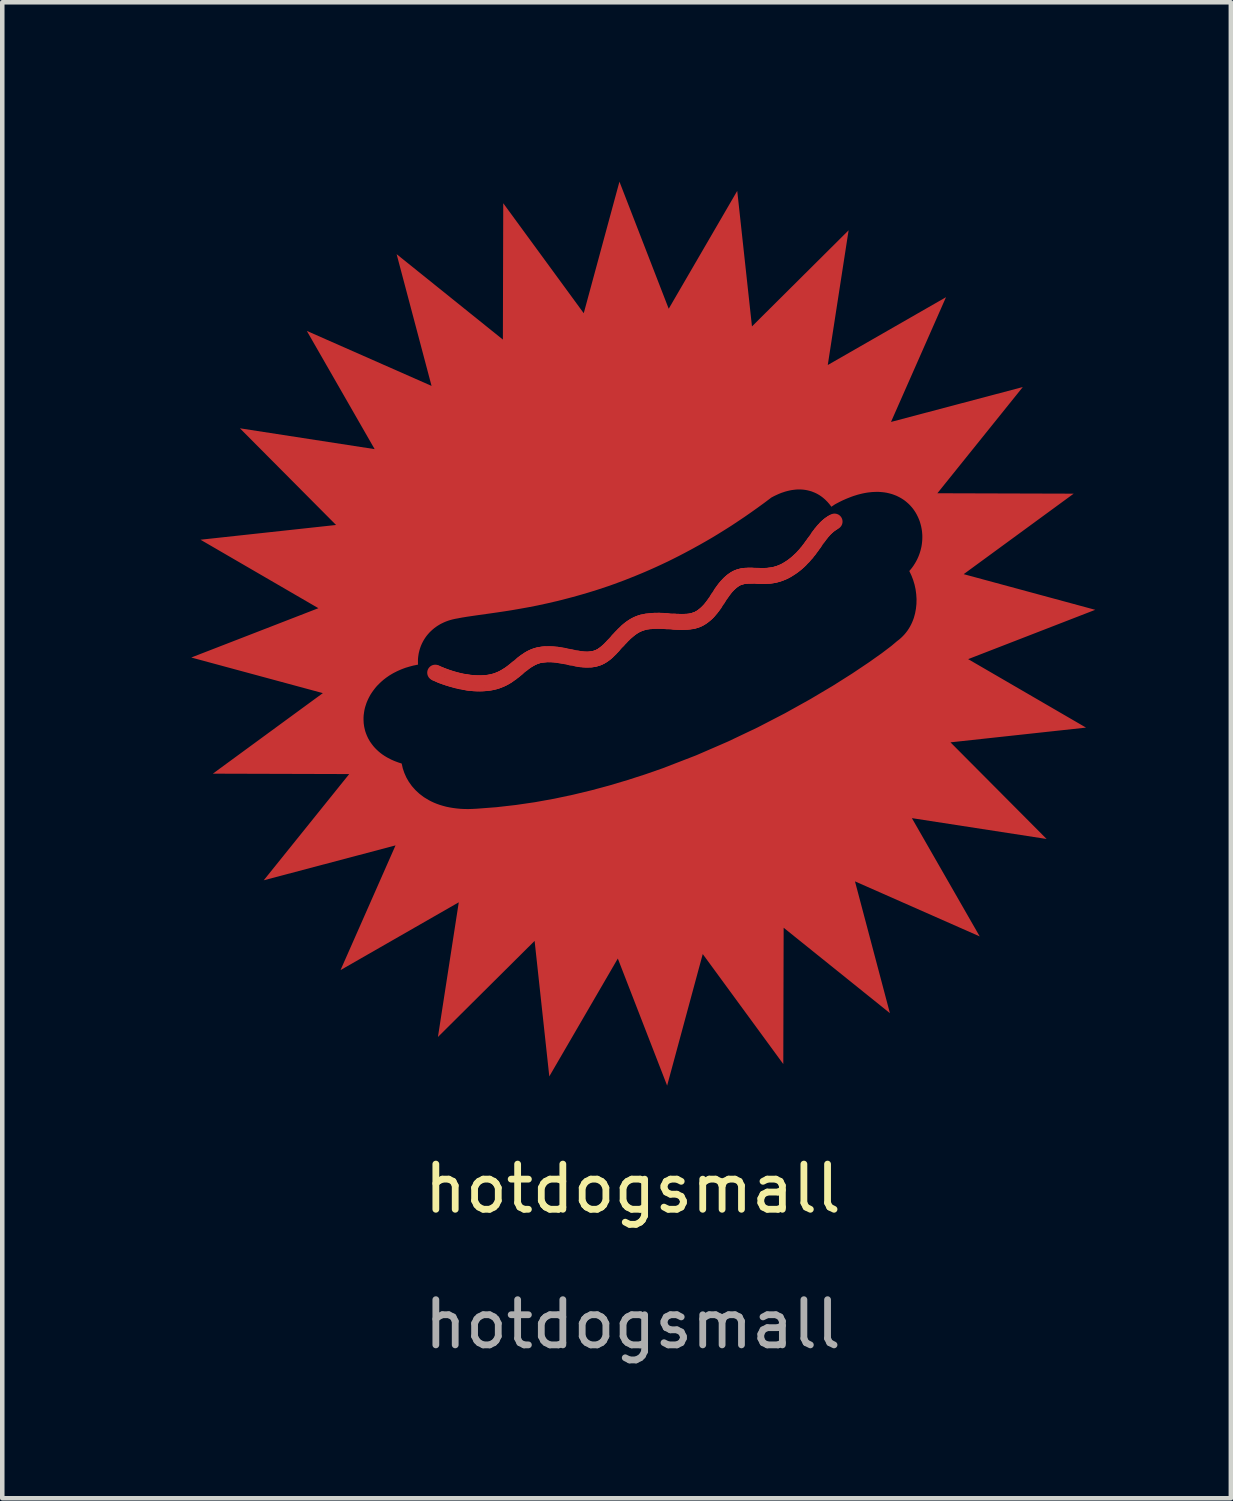
<source format=kicad_pcb>
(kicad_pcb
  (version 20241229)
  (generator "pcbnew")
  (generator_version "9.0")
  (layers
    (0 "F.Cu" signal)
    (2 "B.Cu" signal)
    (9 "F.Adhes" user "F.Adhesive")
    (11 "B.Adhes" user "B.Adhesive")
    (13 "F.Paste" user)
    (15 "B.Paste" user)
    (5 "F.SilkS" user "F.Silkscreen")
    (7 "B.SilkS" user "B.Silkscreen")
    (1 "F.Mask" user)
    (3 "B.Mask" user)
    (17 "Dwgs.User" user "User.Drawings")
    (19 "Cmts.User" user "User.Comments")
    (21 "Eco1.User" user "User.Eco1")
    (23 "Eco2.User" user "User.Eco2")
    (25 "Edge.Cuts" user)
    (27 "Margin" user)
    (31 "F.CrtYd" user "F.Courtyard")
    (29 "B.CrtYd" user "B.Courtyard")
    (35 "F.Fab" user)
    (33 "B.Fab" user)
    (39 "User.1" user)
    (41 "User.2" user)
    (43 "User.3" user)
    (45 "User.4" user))
  (footprint "hotdogsmall"
    (layer "F.Cu")
    (at 0.25 0.25)
    (property "Reference" "hotdogsmall" (at 10.7 23 0) (unlocked yes) (layer "F.SilkS") (effects (font (size 1 1) (thickness 0.15))))
    (attr smd)
    (fp_line (start 6.329 11.583) (end 6.356 11.596) (stroke (width 0.354) (type solid)) (layer "F.Cu"))
    (fp_line (start 6.356 11.596) (end 6.432 11.629) (stroke (width 0.354) (type solid)) (layer "F.Cu"))
    (fp_line (start 6.432 11.629) (end 6.486 11.651) (stroke (width 0.354) (type solid)) (layer "F.Cu"))
    (fp_line (start 6.486 11.651) (end 6.55 11.674) (stroke (width 0.354) (type solid)) (layer "F.Cu"))
    (fp_line (start 6.55 11.674) (end 6.623 11.699) (stroke (width 0.354) (type solid)) (layer "F.Cu"))
    (fp_line (start 6.623 11.699) (end 6.703 11.724) (stroke (width 0.354) (type solid)) (layer "F.Cu"))
    (fp_line (start 6.703 11.724) (end 6.79 11.748) (stroke (width 0.354) (type solid)) (layer "F.Cu"))
    (fp_line (start 6.79 11.748) (end 6.882 11.77) (stroke (width 0.354) (type solid)) (layer "F.Cu"))
    (fp_line (start 6.882 11.77) (end 6.98 11.789) (stroke (width 0.354) (type solid)) (layer "F.Cu"))
    (fp_line (start 6.98 11.789) (end 7.03 11.797) (stroke (width 0.354) (type solid)) (layer "F.Cu"))
    (fp_line (start 7.03 11.797) (end 7.081 11.805) (stroke (width 0.354) (type solid)) (layer "F.Cu"))
    (fp_line (start 7.081 11.805) (end 7.133 11.81) (stroke (width 0.354) (type solid)) (layer "F.Cu"))
    (fp_line (start 7.133 11.81) (end 7.185 11.815) (stroke (width 0.354) (type solid)) (layer "F.Cu"))
    (fp_line (start 7.185 11.815) (end 7.238 11.818) (stroke (width 0.354) (type solid)) (layer "F.Cu"))
    (fp_line (start 7.238 11.818) (end 7.292 11.819) (stroke (width 0.354) (type solid)) (layer "F.Cu"))
    (fp_line (start 7.292 11.819) (end 7.345 11.819) (stroke (width 0.354) (type solid)) (layer "F.Cu"))
    (fp_line (start 7.345 11.819) (end 7.399 11.816) (stroke (width 0.354) (type solid)) (layer "F.Cu"))
    (fp_line (start 7.399 11.816) (end 7.453 11.812) (stroke (width 0.354) (type solid)) (layer "F.Cu"))
    (fp_line (start 7.453 11.812) (end 7.507 11.806) (stroke (width 0.354) (type solid)) (layer "F.Cu"))
    (fp_line (start 7.507 11.806) (end 7.559 11.797) (stroke (width 0.354) (type solid)) (layer "F.Cu"))
    (fp_line (start 7.559 11.797) (end 7.609 11.786) (stroke (width 0.354) (type solid)) (layer "F.Cu"))
    (fp_line (start 7.609 11.786) (end 7.657 11.774) (stroke (width 0.354) (type solid)) (layer "F.Cu"))
    (fp_line (start 7.657 11.774) (end 7.703 11.759) (stroke (width 0.354) (type solid)) (layer "F.Cu"))
    (fp_line (start 7.703 11.759) (end 7.747 11.742) (stroke (width 0.354) (type solid)) (layer "F.Cu"))
    (fp_line (start 7.747 11.742) (end 7.789 11.724) (stroke (width 0.354) (type solid)) (layer "F.Cu"))
    (fp_line (start 7.789 11.724) (end 7.829 11.705) (stroke (width 0.354) (type solid)) (layer "F.Cu"))
    (fp_line (start 7.829 11.705) (end 7.868 11.684) (stroke (width 0.354) (type solid)) (layer "F.Cu"))
    (fp_line (start 7.868 11.684) (end 7.905 11.662) (stroke (width 0.354) (type solid)) (layer "F.Cu"))
    (fp_line (start 7.905 11.662) (end 7.941 11.639) (stroke (width 0.354) (type solid)) (layer "F.Cu"))
    (fp_line (start 7.941 11.639) (end 8.01 11.591) (stroke (width 0.354) (type solid)) (layer "F.Cu"))
    (fp_line (start 8.01 11.591) (end 8.075 11.541) (stroke (width 0.354) (type solid)) (layer "F.Cu"))
    (fp_line (start 8.075 11.541) (end 8.138 11.489) (stroke (width 0.354) (type solid)) (layer "F.Cu"))
    (fp_line (start 8.138 11.489) (end 8.26 11.388) (stroke (width 0.354) (type solid)) (layer "F.Cu"))
    (fp_line (start 8.26 11.388) (end 8.322 11.341) (stroke (width 0.354) (type solid)) (layer "F.Cu"))
    (fp_line (start 8.322 11.341) (end 8.387 11.298) (stroke (width 0.354) (type solid)) (layer "F.Cu"))
    (fp_line (start 8.387 11.298) (end 8.42 11.278) (stroke (width 0.354) (type solid)) (layer "F.Cu"))
    (fp_line (start 8.42 11.278) (end 8.454 11.259) (stroke (width 0.354) (type solid)) (layer "F.Cu"))
    (fp_line (start 8.454 11.259) (end 8.489 11.242) (stroke (width 0.354) (type solid)) (layer "F.Cu"))
    (fp_line (start 8.489 11.242) (end 8.525 11.227) (stroke (width 0.354) (type solid)) (layer "F.Cu"))
    (fp_line (start 8.525 11.227) (end 8.563 11.213) (stroke (width 0.354) (type solid)) (layer "F.Cu"))
    (fp_line (start 8.563 11.213) (end 8.602 11.201) (stroke (width 0.354) (type solid)) (layer "F.Cu"))
    (fp_line (start 8.602 11.201) (end 8.642 11.192) (stroke (width 0.354) (type solid)) (layer "F.Cu"))
    (fp_line (start 8.642 11.192) (end 8.685 11.185) (stroke (width 0.354) (type solid)) (layer "F.Cu"))
    (fp_line (start 8.685 11.185) (end 8.728 11.18) (stroke (width 0.354) (type solid)) (layer "F.Cu"))
    (fp_line (start 8.728 11.18) (end 8.77 11.177) (stroke (width 0.354) (type solid)) (layer "F.Cu"))
    (fp_line (start 8.77 11.177) (end 8.854 11.175) (stroke (width 0.354) (type solid)) (layer "F.Cu"))
    (fp_line (start 8.854 11.175) (end 8.937 11.178) (stroke (width 0.354) (type solid)) (layer "F.Cu"))
    (fp_line (start 8.937 11.178) (end 9.017 11.186) (stroke (width 0.354) (type solid)) (layer "F.Cu"))
    (fp_line (start 9.017 11.186) (end 9.096 11.198) (stroke (width 0.354) (type solid)) (layer "F.Cu"))
    (fp_line (start 9.096 11.198) (end 9.174 11.211) (stroke (width 0.354) (type solid)) (layer "F.Cu"))
    (fp_line (start 9.174 11.211) (end 9.326 11.243) (stroke (width 0.354) (type solid)) (layer "F.Cu"))
    (fp_line (start 9.326 11.243) (end 9.473 11.271) (stroke (width 0.354) (type solid)) (layer "F.Cu"))
    (fp_line (start 9.473 11.271) (end 9.545 11.283) (stroke (width 0.354) (type solid)) (layer "F.Cu"))
    (fp_line (start 9.545 11.283) (end 9.616 11.29) (stroke (width 0.354) (type solid)) (layer "F.Cu"))
    (fp_line (start 9.616 11.29) (end 9.687 11.293) (stroke (width 0.354) (type solid)) (layer "F.Cu"))
    (fp_line (start 9.687 11.293) (end 9.757 11.29) (stroke (width 0.354) (type solid)) (layer "F.Cu"))
    (fp_line (start 9.757 11.29) (end 9.791 11.287) (stroke (width 0.354) (type solid)) (layer "F.Cu"))
    (fp_line (start 9.791 11.287) (end 9.826 11.281) (stroke (width 0.354) (type solid)) (layer "F.Cu"))
    (fp_line (start 9.826 11.281) (end 9.86 11.274) (stroke (width 0.354) (type solid)) (layer "F.Cu"))
    (fp_line (start 9.86 11.274) (end 9.895 11.264) (stroke (width 0.354) (type solid)) (layer "F.Cu"))
    (fp_line (start 9.895 11.264) (end 9.929 11.253) (stroke (width 0.354) (type solid)) (layer "F.Cu"))
    (fp_line (start 9.929 11.253) (end 9.962 11.238) (stroke (width 0.354) (type solid)) (layer "F.Cu"))
    (fp_line (start 9.962 11.238) (end 9.994 11.222) (stroke (width 0.354) (type solid)) (layer "F.Cu"))
    (fp_line (start 9.994 11.222) (end 10.025 11.203) (stroke (width 0.354) (type solid)) (layer "F.Cu"))
    (fp_line (start 10.025 11.203) (end 10.056 11.182) (stroke (width 0.354) (type solid)) (layer "F.Cu"))
    (fp_line (start 10.056 11.182) (end 10.087 11.159) (stroke (width 0.354) (type solid)) (layer "F.Cu"))
    (fp_line (start 10.087 11.159) (end 10.117 11.135) (stroke (width 0.354) (type solid)) (layer "F.Cu"))
    (fp_line (start 10.117 11.135) (end 10.146 11.109) (stroke (width 0.354) (type solid)) (layer "F.Cu"))
    (fp_line (start 10.146 11.109) (end 10.204 11.053) (stroke (width 0.354) (type solid)) (layer "F.Cu"))
    (fp_line (start 10.204 11.053) (end 10.261 10.993) (stroke (width 0.354) (type solid)) (layer "F.Cu"))
    (fp_line (start 10.261 10.993) (end 10.376 10.866) (stroke (width 0.354) (type solid)) (layer "F.Cu"))
    (fp_line (start 10.376 10.866) (end 10.435 10.803) (stroke (width 0.354) (type solid)) (layer "F.Cu"))
    (fp_line (start 10.435 10.803) (end 10.496 10.74) (stroke (width 0.354) (type solid)) (layer "F.Cu"))
    (fp_line (start 10.496 10.74) (end 10.559 10.68) (stroke (width 0.354) (type solid)) (layer "F.Cu"))
    (fp_line (start 10.559 10.68) (end 10.591 10.652) (stroke (width 0.354) (type solid)) (layer "F.Cu"))
    (fp_line (start 10.591 10.652) (end 10.625 10.624) (stroke (width 0.354) (type solid)) (layer "F.Cu"))
    (fp_line (start 10.625 10.624) (end 10.659 10.598) (stroke (width 0.354) (type solid)) (layer "F.Cu"))
    (fp_line (start 10.659 10.598) (end 10.694 10.574) (stroke (width 0.354) (type solid)) (layer "F.Cu"))
    (fp_line (start 10.694 10.574) (end 10.73 10.551) (stroke (width 0.354) (type solid)) (layer "F.Cu"))
    (fp_line (start 10.73 10.551) (end 10.768 10.53) (stroke (width 0.354) (type solid)) (layer "F.Cu"))
    (fp_line (start 10.768 10.53) (end 10.806 10.511) (stroke (width 0.354) (type solid)) (layer "F.Cu"))
    (fp_line (start 10.806 10.511) (end 10.846 10.495) (stroke (width 0.354) (type solid)) (layer "F.Cu"))
    (fp_line (start 10.846 10.495) (end 10.887 10.48) (stroke (width 0.354) (type solid)) (layer "F.Cu"))
    (fp_line (start 10.887 10.48) (end 10.93 10.468) (stroke (width 0.354) (type solid)) (layer "F.Cu"))
    (fp_line (start 10.93 10.468) (end 11.016 10.451) (stroke (width 0.354) (type solid)) (layer "F.Cu"))
    (fp_line (start 11.016 10.451) (end 11.104 10.441) (stroke (width 0.354) (type solid)) (layer "F.Cu"))
    (fp_line (start 11.104 10.441) (end 11.191 10.436) (stroke (width 0.354) (type solid)) (layer "F.Cu"))
    (fp_line (start 11.191 10.436) (end 11.279 10.435) (stroke (width 0.354) (type solid)) (layer "F.Cu"))
    (fp_line (start 11.279 10.435) (end 11.366 10.438) (stroke (width 0.354) (type solid)) (layer "F.Cu"))
    (fp_line (start 11.366 10.438) (end 11.452 10.443) (stroke (width 0.354) (type solid)) (layer "F.Cu"))
    (fp_line (start 11.452 10.443) (end 11.622 10.455) (stroke (width 0.354) (type solid)) (layer "F.Cu"))
    (fp_line (start 11.622 10.455) (end 11.705 10.459) (stroke (width 0.354) (type solid)) (layer "F.Cu"))
    (fp_line (start 11.705 10.459) (end 11.786 10.461) (stroke (width 0.354) (type solid)) (layer "F.Cu"))
    (fp_line (start 11.786 10.461) (end 11.865 10.459) (stroke (width 0.354) (type solid)) (layer "F.Cu"))
    (fp_line (start 11.865 10.459) (end 11.941 10.453) (stroke (width 0.354) (type solid)) (layer "F.Cu"))
    (fp_line (start 11.941 10.453) (end 12.016 10.441) (stroke (width 0.354) (type solid)) (layer "F.Cu"))
    (fp_line (start 12.016 10.441) (end 12.051 10.432) (stroke (width 0.354) (type solid)) (layer "F.Cu"))
    (fp_line (start 12.051 10.432) (end 12.087 10.421) (stroke (width 0.354) (type solid)) (layer "F.Cu"))
    (fp_line (start 12.087 10.421) (end 12.121 10.409) (stroke (width 0.354) (type solid)) (layer "F.Cu"))
    (fp_line (start 12.121 10.409) (end 12.155 10.394) (stroke (width 0.354) (type solid)) (layer "F.Cu"))
    (fp_line (start 12.155 10.394) (end 12.187 10.377) (stroke (width 0.354) (type solid)) (layer "F.Cu"))
    (fp_line (start 12.187 10.377) (end 12.219 10.357) (stroke (width 0.354) (type solid)) (layer "F.Cu"))
    (fp_line (start 12.219 10.357) (end 12.25 10.336) (stroke (width 0.354) (type solid)) (layer "F.Cu"))
    (fp_line (start 12.25 10.336) (end 12.279 10.313) (stroke (width 0.354) (type solid)) (layer "F.Cu"))
    (fp_line (start 12.279 10.313) (end 12.306 10.29) (stroke (width 0.354) (type solid)) (layer "F.Cu"))
    (fp_line (start 12.306 10.29) (end 12.333 10.267) (stroke (width 0.354) (type solid)) (layer "F.Cu"))
    (fp_line (start 12.333 10.267) (end 12.358 10.242) (stroke (width 0.354) (type solid)) (layer "F.Cu"))
    (fp_line (start 12.358 10.242) (end 12.382 10.217) (stroke (width 0.354) (type solid)) (layer "F.Cu"))
    (fp_line (start 12.382 10.217) (end 12.427 10.165) (stroke (width 0.354) (type solid)) (layer "F.Cu"))
    (fp_line (start 12.427 10.165) (end 12.469 10.111) (stroke (width 0.354) (type solid)) (layer "F.Cu"))
    (fp_line (start 12.469 10.111) (end 12.509 10.056) (stroke (width 0.354) (type solid)) (layer "F.Cu"))
    (fp_line (start 12.509 10.056) (end 12.583 9.943) (stroke (width 0.354) (type solid)) (layer "F.Cu"))
    (fp_line (start 12.583 9.943) (end 12.657 9.83) (stroke (width 0.354) (type solid)) (layer "F.Cu"))
    (fp_line (start 12.657 9.83) (end 12.696 9.775) (stroke (width 0.354) (type solid)) (layer "F.Cu"))
    (fp_line (start 12.696 9.775) (end 12.736 9.721) (stroke (width 0.354) (type solid)) (layer "F.Cu"))
    (fp_line (start 12.736 9.721) (end 12.78 9.669) (stroke (width 0.354) (type solid)) (layer "F.Cu"))
    (fp_line (start 12.78 9.669) (end 12.827 9.62) (stroke (width 0.354) (type solid)) (layer "F.Cu"))
    (fp_line (start 12.827 9.62) (end 12.852 9.596) (stroke (width 0.354) (type solid)) (layer "F.Cu"))
    (fp_line (start 12.852 9.596) (end 12.879 9.573) (stroke (width 0.354) (type solid)) (layer "F.Cu"))
    (fp_line (start 12.879 9.573) (end 12.906 9.551) (stroke (width 0.354) (type solid)) (layer "F.Cu"))
    (fp_line (start 12.906 9.551) (end 12.936 9.529) (stroke (width 0.354) (type solid)) (layer "F.Cu"))
    (fp_line (start 12.936 9.529) (end 12.966 9.51) (stroke (width 0.354) (type solid)) (layer "F.Cu"))
    (fp_line (start 12.966 9.51) (end 12.996 9.493) (stroke (width 0.354) (type solid)) (layer "F.Cu"))
    (fp_line (start 12.996 9.493) (end 13.027 9.479) (stroke (width 0.354) (type solid)) (layer "F.Cu"))
    (fp_line (start 13.027 9.479) (end 13.059 9.468) (stroke (width 0.354) (type solid)) (layer "F.Cu"))
    (fp_line (start 13.059 9.468) (end 13.091 9.458) (stroke (width 0.354) (type solid)) (layer "F.Cu"))
    (fp_line (start 13.091 9.458) (end 13.123 9.451) (stroke (width 0.354) (type solid)) (layer "F.Cu"))
    (fp_line (start 13.123 9.451) (end 13.156 9.445) (stroke (width 0.354) (type solid)) (layer "F.Cu"))
    (fp_line (start 13.156 9.445) (end 13.189 9.441) (stroke (width 0.354) (type solid)) (layer "F.Cu"))
    (fp_line (start 13.189 9.441) (end 13.257 9.437) (stroke (width 0.354) (type solid)) (layer "F.Cu"))
    (fp_line (start 13.257 9.437) (end 13.328 9.437) (stroke (width 0.354) (type solid)) (layer "F.Cu"))
    (fp_line (start 13.328 9.437) (end 13.474 9.442) (stroke (width 0.354) (type solid)) (layer "F.Cu"))
    (fp_line (start 13.474 9.442) (end 13.55 9.444) (stroke (width 0.354) (type solid)) (layer "F.Cu"))
    (fp_line (start 13.55 9.444) (end 13.629 9.443) (stroke (width 0.354) (type solid)) (layer "F.Cu"))
    (fp_line (start 13.629 9.443) (end 13.709 9.438) (stroke (width 0.354) (type solid)) (layer "F.Cu"))
    (fp_line (start 13.709 9.438) (end 13.75 9.433) (stroke (width 0.354) (type solid)) (layer "F.Cu"))
    (fp_line (start 13.75 9.433) (end 13.792 9.427) (stroke (width 0.354) (type solid)) (layer "F.Cu"))
    (fp_line (start 13.792 9.427) (end 13.834 9.419) (stroke (width 0.354) (type solid)) (layer "F.Cu"))
    (fp_line (start 13.834 9.419) (end 13.877 9.408) (stroke (width 0.354) (type solid)) (layer "F.Cu"))
    (fp_line (start 13.877 9.408) (end 13.92 9.396) (stroke (width 0.354) (type solid)) (layer "F.Cu"))
    (fp_line (start 13.92 9.396) (end 13.964 9.38) (stroke (width 0.354) (type solid)) (layer "F.Cu"))
    (fp_line (start 13.964 9.38) (end 14.009 9.362) (stroke (width 0.354) (type solid)) (layer "F.Cu"))
    (fp_line (start 14.009 9.362) (end 14.054 9.342) (stroke (width 0.354) (type solid)) (layer "F.Cu"))
    (fp_line (start 14.054 9.342) (end 14.099 9.318) (stroke (width 0.354) (type solid)) (layer "F.Cu"))
    (fp_line (start 14.099 9.318) (end 14.145 9.29) (stroke (width 0.354) (type solid)) (layer "F.Cu"))
    (fp_line (start 14.145 9.29) (end 14.195 9.258) (stroke (width 0.354) (type solid)) (layer "F.Cu"))
    (fp_line (start 14.195 9.258) (end 14.243 9.225) (stroke (width 0.354) (type solid)) (layer "F.Cu"))
    (fp_line (start 14.243 9.225) (end 14.287 9.191) (stroke (width 0.354) (type solid)) (layer "F.Cu"))
    (fp_line (start 14.287 9.191) (end 14.33 9.156) (stroke (width 0.354) (type solid)) (layer "F.Cu"))
    (fp_line (start 14.33 9.156) (end 14.37 9.12) (stroke (width 0.354) (type solid)) (layer "F.Cu"))
    (fp_line (start 14.37 9.12) (end 14.408 9.084) (stroke (width 0.354) (type solid)) (layer "F.Cu"))
    (fp_line (start 14.408 9.084) (end 14.479 9.011) (stroke (width 0.354) (type solid)) (layer "F.Cu"))
    (fp_line (start 14.479 9.011) (end 14.544 8.937) (stroke (width 0.354) (type solid)) (layer "F.Cu"))
    (fp_line (start 14.544 8.937) (end 14.603 8.863) (stroke (width 0.354) (type solid)) (layer "F.Cu"))
    (fp_line (start 14.603 8.863) (end 14.658 8.788) (stroke (width 0.354) (type solid)) (layer "F.Cu"))
    (fp_line (start 14.658 8.788) (end 14.711 8.715) (stroke (width 0.354) (type solid)) (layer "F.Cu"))
    (fp_line (start 14.711 8.715) (end 14.811 8.573) (stroke (width 0.354) (type solid)) (layer "F.Cu"))
    (fp_line (start 14.811 8.573) (end 14.862 8.506) (stroke (width 0.354) (type solid)) (layer "F.Cu"))
    (fp_line (start 14.862 8.506) (end 14.914 8.443) (stroke (width 0.354) (type solid)) (layer "F.Cu"))
    (fp_line (start 14.914 8.443) (end 14.969 8.384) (stroke (width 0.354) (type solid)) (layer "F.Cu"))
    (fp_line (start 14.969 8.384) (end 14.998 8.357) (stroke (width 0.354) (type solid)) (layer "F.Cu"))
    (fp_line (start 14.998 8.357) (end 15.029 8.33) (stroke (width 0.354) (type solid)) (layer "F.Cu"))
    (fp_line (start 15.029 8.33) (end 15.06 8.305) (stroke (width 0.354) (type solid)) (layer "F.Cu"))
    (fp_line (start 15.06 8.305) (end 15.093 8.282) (stroke (width 0.354) (type solid)) (layer "F.Cu"))
    (fp_line (start 15.093 8.282) (end 15.128 8.26) (stroke (width 0.354) (type solid)) (layer "F.Cu"))
    (fp_line (start 15.128 8.26) (end 15.164 8.24) (stroke (width 0.354) (type solid)) (layer "F.Cu"))
    (fp_poly (pts (xy 11.495 3.531) (xy 13.011 0.923) (xy 13.337 3.922) (xy 15.475 1.795) (xy 15.014 4.776) (xy 17.63 3.275) (xy 16.413 6.035) (xy 19.329 5.263) (xy 17.439 7.613) (xy 20.455 7.622) (xy 18.021 9.403) (xy 20.932 10.192) (xy 18.12 11.283) (xy 20.728 12.798) (xy 17.729 13.124) (xy 19.856 15.262) (xy 16.875 14.801) (xy 18.376 17.418) (xy 15.616 16.2) (xy 16.389 19.116) (xy 14.038 17.226) (xy 14.03 20.242) (xy 12.248 17.808) (xy 11.46 20.719) (xy 10.369 17.907) (xy 8.853 20.515) (xy 8.528 17.517) (xy 6.389 19.643) (xy 6.85 16.663) (xy 4.234 18.163) (xy 5.451 15.404) (xy 2.535 16.176) (xy 4.426 13.826) (xy 1.409 13.817) (xy 3.068 12.602) (xy 4.743 12.602) (xy 4.743 12.624) (xy 4.743 12.626) (xy 4.744 12.647) (xy 4.745 12.669) (xy 4.746 12.691) (xy 4.748 12.712) (xy 4.751 12.734) (xy 4.754 12.755) (xy 4.757 12.777) (xy 4.762 12.798) (xy 4.762 12.8) (xy 4.767 12.821) (xy 4.772 12.842) (xy 4.777 12.863) (xy 4.783 12.884) (xy 4.79 12.904) (xy 4.797 12.925) (xy 4.805 12.945) (xy 4.813 12.965) (xy 4.813 12.966) (xy 4.813 12.966) (xy 4.813 12.967) (xy 4.814 12.967) (xy 4.814 12.968) (xy 4.814 12.968) (xy 4.815 12.969) (xy 4.815 12.97) (xy 4.815 12.97) (xy 4.815 12.97) (xy 4.824 12.99) (xy 4.833 13.01) (xy 4.842 13.029) (xy 4.852 13.048) (xy 4.863 13.067) (xy 4.874 13.086) (xy 4.885 13.105) (xy 4.897 13.123) (xy 4.898 13.124) (xy 4.898 13.124) (xy 4.899 13.125) (xy 4.899 13.126) (xy 4.9 13.127) (xy 4.901 13.128) (xy 4.901 13.128) (xy 4.902 13.129) (xy 4.902 13.13) (xy 4.903 13.13) (xy 4.915 13.148) (xy 4.928 13.166) (xy 4.942 13.184) (xy 4.956 13.202) (xy 4.97 13.219) (xy 4.985 13.236) (xy 5.001 13.253) (xy 5.017 13.27) (xy 5.021 13.274) (xy 5.038 13.29) (xy 5.055 13.306) (xy 5.072 13.322) (xy 5.091 13.338) (xy 5.109 13.353) (xy 5.128 13.368) (xy 5.148 13.383) (xy 5.168 13.398) (xy 5.168 13.398) (xy 5.168 13.398) (xy 5.169 13.398) (xy 5.169 13.398) (xy 5.169 13.398) (xy 5.169 13.398) (xy 5.17 13.399) (xy 5.17 13.399) (xy 5.17 13.399) (xy 5.171 13.4) (xy 5.172 13.4) (xy 5.174 13.401) (xy 5.175 13.402) (xy 5.175 13.402) (xy 5.176 13.403) (xy 5.177 13.403) (xy 5.177 13.403) (xy 5.197 13.417) (xy 5.218 13.43) (xy 5.239 13.443) (xy 5.261 13.456) (xy 5.283 13.468) (xy 5.306 13.48) (xy 5.329 13.492) (xy 5.352 13.504) (xy 5.359 13.507) (xy 5.361 13.508) (xy 5.363 13.509) (xy 5.367 13.511) (xy 5.371 13.512) (xy 5.373 13.513) (xy 5.375 13.514) (xy 5.4 13.525) (xy 5.425 13.536) (xy 5.451 13.546) (xy 5.477 13.556) (xy 5.504 13.566) (xy 5.531 13.575) (xy 5.559 13.584) (xy 5.587 13.593) (xy 5.611 13.699) (xy 5.646 13.802) (xy 5.691 13.903) (xy 5.747 14) (xy 5.813 14.092) (xy 5.89 14.179) (xy 5.977 14.26) (xy 6.075 14.335) (xy 6.184 14.401) (xy 6.243 14.432) (xy 6.304 14.46) (xy 6.368 14.486) (xy 6.434 14.509) (xy 6.504 14.53) (xy 6.576 14.549) (xy 6.65 14.564) (xy 6.728 14.577) (xy 6.808 14.587) (xy 6.891 14.595) (xy 6.977 14.599) (xy 7.066 14.6) (xy 7.158 14.597) (xy 7.252 14.592) (xy 7.683 14.559) (xy 8.112 14.51) (xy 8.537 14.448) (xy 8.958 14.372) (xy 9.374 14.284) (xy 9.785 14.185) (xy 10.19 14.076) (xy 10.588 13.957) (xy 10.979 13.831) (xy 11.363 13.697) (xy 12.103 13.411) (xy 12.804 13.107) (xy 13.462 12.794) (xy 14.07 12.479) (xy 14.625 12.17) (xy 15.122 11.875) (xy 15.554 11.602) (xy 15.918 11.358) (xy 16.209 11.152) (xy 16.421 10.991) (xy 16.549 10.883) (xy 16.594 10.849) (xy 16.635 10.813) (xy 16.674 10.775) (xy 16.711 10.736) (xy 16.745 10.695) (xy 16.777 10.653) (xy 16.806 10.609) (xy 16.833 10.564) (xy 16.858 10.517) (xy 16.88 10.47) (xy 16.9 10.421) (xy 16.918 10.372) (xy 16.946 10.27) (xy 16.965 10.166) (xy 16.976 10.06) (xy 16.978 9.953) (xy 16.971 9.846) (xy 16.957 9.74) (xy 16.934 9.634) (xy 16.903 9.531) (xy 16.864 9.431) (xy 16.818 9.334) (xy 16.818 9.334) (xy 16.831 9.318) (xy 16.845 9.302) (xy 16.858 9.286) (xy 16.871 9.27) (xy 16.883 9.254) (xy 16.895 9.237) (xy 16.907 9.221) (xy 16.918 9.204) (xy 16.918 9.203) (xy 16.929 9.186) (xy 16.94 9.169) (xy 16.95 9.152) (xy 16.96 9.135) (xy 16.97 9.118) (xy 16.979 9.1) (xy 16.988 9.083) (xy 16.997 9.065) (xy 16.997 9.065) (xy 17.005 9.047) (xy 17.013 9.029) (xy 17.021 9.011) (xy 17.028 8.993) (xy 17.035 8.975) (xy 17.042 8.956) (xy 17.048 8.938) (xy 17.054 8.92) (xy 17.059 8.902) (xy 17.065 8.883) (xy 17.07 8.865) (xy 17.074 8.847) (xy 17.079 8.828) (xy 17.083 8.81) (xy 17.087 8.791) (xy 17.09 8.773) (xy 17.09 8.772) (xy 17.093 8.754) (xy 17.096 8.735) (xy 17.098 8.716) (xy 17.1 8.698) (xy 17.102 8.679) (xy 17.103 8.661) (xy 17.105 8.642) (xy 17.105 8.624) (xy 17.105 8.623) (xy 17.106 8.605) (xy 17.106 8.586) (xy 17.106 8.568) (xy 17.106 8.55) (xy 17.105 8.531) (xy 17.104 8.513) (xy 17.102 8.495) (xy 17.101 8.476) (xy 17.101 8.476) (xy 17.099 8.458) (xy 17.097 8.44) (xy 17.094 8.422) (xy 17.091 8.404) (xy 17.088 8.386) (xy 17.084 8.368) (xy 17.081 8.35) (xy 17.076 8.332) (xy 17.076 8.332) (xy 17.072 8.314) (xy 17.067 8.297) (xy 17.062 8.279) (xy 17.057 8.262) (xy 17.052 8.245) (xy 17.046 8.228) (xy 17.04 8.211) (xy 17.033 8.194) (xy 17.026 8.177) (xy 17.019 8.161) (xy 17.012 8.144) (xy 17.004 8.128) (xy 16.996 8.112) (xy 16.988 8.096) (xy 16.98 8.08) (xy 16.971 8.064) (xy 16.962 8.049) (xy 16.953 8.033) (xy 16.943 8.018) (xy 16.933 8.003) (xy 16.923 7.988) (xy 16.913 7.974) (xy 16.902 7.959) (xy 16.891 7.945) (xy 16.88 7.931) (xy 16.868 7.917) (xy 16.856 7.904) (xy 16.844 7.89) (xy 16.832 7.877) (xy 16.819 7.864) (xy 16.806 7.851) (xy 16.793 7.839) (xy 16.779 7.827) (xy 16.766 7.815) (xy 16.751 7.803) (xy 16.737 7.791) (xy 16.723 7.78) (xy 16.708 7.769) (xy 16.693 7.758) (xy 16.677 7.748) (xy 16.662 7.738) (xy 16.646 7.728) (xy 16.629 7.718) (xy 16.613 7.709) (xy 16.596 7.7) (xy 16.579 7.691) (xy 16.562 7.683) (xy 16.545 7.674) (xy 16.509 7.659) (xy 16.472 7.645) (xy 16.435 7.632) (xy 16.396 7.621) (xy 16.356 7.611) (xy 16.316 7.602) (xy 16.274 7.595) (xy 16.232 7.59) (xy 16.21 7.588) (xy 16.188 7.586) (xy 16.166 7.584) (xy 16.144 7.583) (xy 16.121 7.583) (xy 16.098 7.583) (xy 16.075 7.583) (xy 16.052 7.584) (xy 16.016 7.585) (xy 15.979 7.588) (xy 15.942 7.592) (xy 15.905 7.596) (xy 15.867 7.602) (xy 15.828 7.609) (xy 15.789 7.617) (xy 15.75 7.626) (xy 15.71 7.636) (xy 15.669 7.647) (xy 15.628 7.66) (xy 15.586 7.673) (xy 15.544 7.688) (xy 15.502 7.704) (xy 15.459 7.721) (xy 15.415 7.739) (xy 15.386 7.752) (xy 15.356 7.765) (xy 15.326 7.779) (xy 15.296 7.794) (xy 15.266 7.809) (xy 15.236 7.825) (xy 15.205 7.841) (xy 15.174 7.858) (xy 15.093 7.912) (xy 15.078 7.89) (xy 15.061 7.868) (xy 15.045 7.847) (xy 15.027 7.827) (xy 15.01 7.807) (xy 14.991 7.788) (xy 14.972 7.769) (xy 14.953 7.75) (xy 14.933 7.733) (xy 14.913 7.716) (xy 14.892 7.699) (xy 14.87 7.683) (xy 14.848 7.668) (xy 14.826 7.653) (xy 14.803 7.64) (xy 14.779 7.626) (xy 14.755 7.614) (xy 14.73 7.602) (xy 14.705 7.592) (xy 14.68 7.582) (xy 14.654 7.572) (xy 14.627 7.564) (xy 14.6 7.557) (xy 14.573 7.55) (xy 14.545 7.544) (xy 14.516 7.539) (xy 14.487 7.535) (xy 14.458 7.532) (xy 14.428 7.53) (xy 14.398 7.529) (xy 14.367 7.529) (xy 14.336 7.53) (xy 14.336 7.53) (xy 14.32 7.531) (xy 14.304 7.532) (xy 14.287 7.534) (xy 14.271 7.536) (xy 14.254 7.538) (xy 14.238 7.54) (xy 14.221 7.542) (xy 14.204 7.545) (xy 14.178 7.55) (xy 14.152 7.556) (xy 14.126 7.562) (xy 14.1 7.569) (xy 14.073 7.576) (xy 14.047 7.585) (xy 13.992 7.603) (xy 13.937 7.625) (xy 13.881 7.65) (xy 13.824 7.677) (xy 13.766 7.708) (xy 13.616 7.821) (xy 13.466 7.93) (xy 13.317 8.036) (xy 13.169 8.139) (xy 13.021 8.238) (xy 12.875 8.335) (xy 12.729 8.427) (xy 12.584 8.517) (xy 12.447 8.6) (xy 12.311 8.679) (xy 12.175 8.756) (xy 12.041 8.83) (xy 12.012 8.846) (xy 11.984 8.861) (xy 11.851 8.932) (xy 11.719 9.001) (xy 11.588 9.067) (xy 11.459 9.131) (xy 11.458 9.131) (xy 11.331 9.191) (xy 11.205 9.249) (xy 11.08 9.305) (xy 10.956 9.359) (xy 10.938 9.366) (xy 10.92 9.374) (xy 10.884 9.389) (xy 10.763 9.439) (xy 10.643 9.487) (xy 10.525 9.534) (xy 10.407 9.578) (xy 10.282 9.624) (xy 10.158 9.668) (xy 10.035 9.709) (xy 9.914 9.749) (xy 9.805 9.783) (xy 9.698 9.816) (xy 9.592 9.847) (xy 9.487 9.877) (xy 9.368 9.91) (xy 9.251 9.941) (xy 9.023 9.999) (xy 8.803 10.05) (xy 8.591 10.096) (xy 8.396 10.134) (xy 8.208 10.168) (xy 8.03 10.199) (xy 7.859 10.226) (xy 7.697 10.25) (xy 7.544 10.272) (xy 7.266 10.311) (xy 7.142 10.329) (xy 7.027 10.346) (xy 6.923 10.363) (xy 6.875 10.372) (xy 6.83 10.381) (xy 6.801 10.386) (xy 6.773 10.391) (xy 6.746 10.397) (xy 6.719 10.403) (xy 6.692 10.41) (xy 6.666 10.417) (xy 6.64 10.425) (xy 6.615 10.433) (xy 6.59 10.442) (xy 6.566 10.451) (xy 6.542 10.461) (xy 6.519 10.471) (xy 6.496 10.482) (xy 6.473 10.493) (xy 6.451 10.504) (xy 6.43 10.516) (xy 6.409 10.529) (xy 6.388 10.541) (xy 6.368 10.555) (xy 6.348 10.568) (xy 6.329 10.582) (xy 6.31 10.596) (xy 6.292 10.611) (xy 6.274 10.626) (xy 6.257 10.641) (xy 6.24 10.657) (xy 6.223 10.673) (xy 6.207 10.689) (xy 6.192 10.705) (xy 6.177 10.722) (xy 6.162 10.739) (xy 6.148 10.757) (xy 6.134 10.774) (xy 6.121 10.792) (xy 6.108 10.811) (xy 6.096 10.829) (xy 6.084 10.848) (xy 6.073 10.866) (xy 6.062 10.886) (xy 6.052 10.905) (xy 6.042 10.924) (xy 6.033 10.943) (xy 6.024 10.963) (xy 6.016 10.982) (xy 6.008 11.002) (xy 6.001 11.022) (xy 5.994 11.042) (xy 5.988 11.062) (xy 5.987 11.065) (xy 5.987 11.066) (xy 5.986 11.068) (xy 5.98 11.088) (xy 5.975 11.109) (xy 5.97 11.129) (xy 5.965 11.15) (xy 5.961 11.171) (xy 5.958 11.192) (xy 5.955 11.213) (xy 5.952 11.234) (xy 5.95 11.255) (xy 5.948 11.276) (xy 5.947 11.298) (xy 5.947 11.319) (xy 5.947 11.34) (xy 5.947 11.362) (xy 5.948 11.383) (xy 5.949 11.405) (xy 5.946 11.405) (xy 5.914 11.411) (xy 5.883 11.418) (xy 5.851 11.424) (xy 5.82 11.432) (xy 5.79 11.44) (xy 5.76 11.448) (xy 5.73 11.457) (xy 5.7 11.466) (xy 5.699 11.466) (xy 5.67 11.475) (xy 5.642 11.485) (xy 5.613 11.496) (xy 5.585 11.507) (xy 5.558 11.518) (xy 5.531 11.53) (xy 5.504 11.542) (xy 5.478 11.554) (xy 5.453 11.567) (xy 5.427 11.58) (xy 5.402 11.593) (xy 5.378 11.607) (xy 5.354 11.621) (xy 5.33 11.636) (xy 5.307 11.65) (xy 5.284 11.666) (xy 5.251 11.689) (xy 5.219 11.713) (xy 5.188 11.737) (xy 5.158 11.763) (xy 5.129 11.788) (xy 5.101 11.815) (xy 5.074 11.842) (xy 5.047 11.869) (xy 5.022 11.897) (xy 4.998 11.926) (xy 4.976 11.955) (xy 4.954 11.984) (xy 4.933 12.014) (xy 4.913 12.044) (xy 4.894 12.074) (xy 4.877 12.105) (xy 4.866 12.126) (xy 4.855 12.147) (xy 4.845 12.168) (xy 4.835 12.189) (xy 4.826 12.21) (xy 4.817 12.231) (xy 4.809 12.252) (xy 4.801 12.274) (xy 4.801 12.275) (xy 4.794 12.297) (xy 4.787 12.318) (xy 4.78 12.34) (xy 4.774 12.362) (xy 4.769 12.383) (xy 4.764 12.405) (xy 4.76 12.427) (xy 4.756 12.449) (xy 4.756 12.45) (xy 4.753 12.472) (xy 4.75 12.494) (xy 4.747 12.515) (xy 4.745 12.537) (xy 4.744 12.559) (xy 4.743 12.581) (xy 4.743 12.602) (xy 3.068 12.602) (xy 3.843 12.035) (xy 0.932 11.247) (xy 3.744 10.156) (xy 1.136 8.641) (xy 4.135 8.315) (xy 2.008 6.176) (xy 4.989 6.637) (xy 3.488 4.021) (xy 6.248 5.238) (xy 5.475 2.323) (xy 7.826 4.213) (xy 7.834 1.196) (xy 9.615 3.63) (xy 10.405 0.719)) (stroke (width 0) (type solid)) (fill yes) (layer "F.Cu"))
    (fp_poly (pts (xy 10.396 11.454) (xy 10.413 11.448) (xy 10.413 11.448)) (stroke (width 0.026) (type solid)) (fill yes) (layer "F.Mask"))
    (fp_poly (pts (xy 10.862 11.295) (xy 10.786 11.322) (xy 10.862 11.295) (xy 11.015 11.24)) (stroke (width 0.026) (type solid)) (fill yes) (layer "F.Mask"))
    (fp_poly (pts (xy 10.711 11.349) (xy 10.561 11.4) (xy 10.413 11.448) (xy 10.561 11.4) (xy 10.711 11.349) (xy 10.786 11.322)) (stroke (width 0.026) (type solid)) (fill yes) (layer "F.Mask"))
    (fp_poly (pts (xy 10.267 11.494) (xy 10.123 11.538) (xy 9.981 11.58) (xy 9.841 11.62) (xy 9.981 11.58) (xy 10.123 11.538) (xy 10.267 11.494) (xy 10.396 11.454)) (stroke (width 0.026) (type solid)) (fill yes) (layer "F.Mask"))
    (fp_poly (pts (xy 15.935 8.74) (xy 16.052 8.753) (xy 16.163 8.778) (xy 16.267 8.815) (xy 16.365 8.862) (xy 16.456 8.919) (xy 16.541 8.984) (xy 16.619 9.057) (xy 16.689 9.138) (xy 16.753 9.224) (xy 16.809 9.317) (xy 16.857 9.414) (xy 16.897 9.514) (xy 16.93 9.618) (xy 16.954 9.725) (xy 16.97 9.832) (xy 16.978 9.941) (xy 16.977 10.049) (xy 16.967 10.156) (xy 16.948 10.262) (xy 16.92 10.364) (xy 16.882 10.464) (xy 16.836 10.559) (xy 16.779 10.65) (xy 16.713 10.734) (xy 16.636 10.812) (xy 16.549 10.882) (xy 16.421 10.991) (xy 16.209 11.152) (xy 15.918 11.358) (xy 15.554 11.602) (xy 15.122 11.875) (xy 14.625 12.17) (xy 14.071 12.479) (xy 13.462 12.794) (xy 12.804 13.107) (xy 12.103 13.411) (xy 11.363 13.697) (xy 10.98 13.831) (xy 10.589 13.957) (xy 10.19 14.076) (xy 9.786 14.185) (xy 9.375 14.284) (xy 8.958 14.372) (xy 8.537 14.448) (xy 8.112 14.51) (xy 7.684 14.559) (xy 7.252 14.592) (xy 7.062 14.6) (xy 6.884 14.594) (xy 6.718 14.576) (xy 6.563 14.546) (xy 6.419 14.504) (xy 6.287 14.453) (xy 6.167 14.392) (xy 6.057 14.322) (xy 5.959 14.245) (xy 5.872 14.161) (xy 5.796 14.071) (xy 5.731 13.975) (xy 5.677 13.875) (xy 5.633 13.771) (xy 5.601 13.665) (xy 5.579 13.556) (xy 5.569 13.447) (xy 5.568 13.336) (xy 5.579 13.227) (xy 5.6 13.119) (xy 5.631 13.012) (xy 5.673 12.909) (xy 5.725 12.81) (xy 5.787 12.715) (xy 5.859 12.625) (xy 5.942 12.542) (xy 6.035 12.466) (xy 6.137 12.398) (xy 6.25 12.338) (xy 6.373 12.288) (xy 6.505 12.248) (xy 6.647 12.22) (xy 7.181 12.134) (xy 7.904 12.03) (xy 8.331 11.96) (xy 8.798 11.871) (xy 9.302 11.759) (xy 9.841 11.62) (xy 10.413 11.448) (xy 11.015 11.24) (xy 11.644 10.989) (xy 12.299 10.693) (xy 12.635 10.527) (xy 12.976 10.347) (xy 13.322 10.153) (xy 13.673 9.944) (xy 14.028 9.721) (xy 14.387 9.483) (xy 14.75 9.228) (xy 15.117 8.956) (xy 15.266 8.881) (xy 15.411 8.822) (xy 15.55 8.779) (xy 15.684 8.752) (xy 15.813 8.739)) (stroke (width 0.031) (type solid)) (fill yes) (layer "F.Mask"))
    (fp_poly (pts (xy 14.398 7.529) (xy 14.428 7.53) (xy 14.458 7.532) (xy 14.487 7.535) (xy 14.516 7.539) (xy 14.545 7.544) (xy 14.573 7.55) (xy 14.6 7.556) (xy 14.627 7.564) (xy 14.654 7.572) (xy 14.68 7.582) (xy 14.705 7.592) (xy 14.73 7.602) (xy 14.755 7.614) (xy 14.779 7.626) (xy 14.802 7.64) (xy 14.826 7.653) (xy 14.848 7.668) (xy 14.87 7.683) (xy 14.913 7.715) (xy 14.953 7.75) (xy 14.991 7.787) (xy 15.027 7.827) (xy 15.061 7.868) (xy 15.093 7.911) (xy 14.683 8.18) (xy 14.278 8.434) (xy 13.487 8.898) (xy 12.722 9.307) (xy 11.985 9.665) (xy 11.278 9.976) (xy 10.603 10.243) (xy 9.961 10.472) (xy 9.354 10.665) (xy 8.784 10.826) (xy 8.254 10.96) (xy 7.764 11.07) (xy 7.317 11.16) (xy 5.991 11.397) (xy 5.986 11.398) (xy 5.98 11.399) (xy 5.97 11.401) (xy 5.959 11.403) (xy 5.949 11.405) (xy 5.947 11.362) (xy 5.946 11.319) (xy 5.948 11.276) (xy 5.952 11.233) (xy 5.958 11.191) (xy 5.965 11.149) (xy 5.975 11.107) (xy 5.987 11.065) (xy 6 11.024) (xy 6.015 10.984) (xy 6.033 10.944) (xy 6.052 10.905) (xy 6.073 10.867) (xy 6.096 10.829) (xy 6.121 10.792) (xy 6.148 10.757) (xy 6.176 10.722) (xy 6.207 10.689) (xy 6.239 10.657) (xy 6.274 10.626) (xy 6.31 10.596) (xy 6.348 10.568) (xy 6.388 10.541) (xy 6.43 10.516) (xy 6.473 10.493) (xy 6.519 10.471) (xy 6.566 10.451) (xy 6.615 10.433) (xy 6.666 10.417) (xy 6.719 10.403) (xy 6.773 10.391) (xy 6.829 10.381) (xy 7.859 10.226) (xy 8.591 10.095) (xy 9.004 10.004) (xy 9.446 9.89) (xy 9.914 9.749) (xy 10.407 9.578) (xy 10.923 9.373) (xy 11.458 9.131) (xy 12.013 8.847) (xy 12.584 8.517) (xy 13.169 8.139) (xy 13.766 7.708) (xy 13.805 7.687) (xy 13.843 7.667) (xy 13.881 7.649) (xy 13.919 7.633) (xy 13.956 7.617) (xy 13.993 7.603) (xy 14.029 7.59) (xy 14.065 7.579) (xy 14.1 7.569) (xy 14.135 7.56) (xy 14.17 7.552) (xy 14.204 7.545) (xy 14.238 7.54) (xy 14.271 7.535) (xy 14.304 7.532) (xy 14.336 7.53) (xy 14.367 7.529)) (stroke (width 0.026) (type solid)) (fill yes) (layer "F.Mask"))
    (fp_poly (pts (xy 11.495 3.531) (xy 13.011 0.923) (xy 13.337 3.922) (xy 15.475 1.795) (xy 15.014 4.776) (xy 17.63 3.275) (xy 16.413 6.035) (xy 19.329 5.263) (xy 17.439 7.613) (xy 20.455 7.622) (xy 18.021 9.403) (xy 20.932 10.192) (xy 18.12 11.283) (xy 20.728 12.798) (xy 17.729 13.124) (xy 19.856 15.262) (xy 16.875 14.801) (xy 18.376 17.418) (xy 15.616 16.2) (xy 16.389 19.116) (xy 14.038 17.226) (xy 14.03 20.242) (xy 12.248 17.808) (xy 11.46 20.719) (xy 10.369 17.907) (xy 8.853 20.515) (xy 8.528 17.517) (xy 6.389 19.643) (xy 6.85 16.663) (xy 4.234 18.163) (xy 5.451 15.404) (xy 2.535 16.176) (xy 4.426 13.826) (xy 1.409 13.817) (xy 3.068 12.602) (xy 4.743 12.602) (xy 4.743 12.624) (xy 4.743 12.626) (xy 4.744 12.647) (xy 4.745 12.669) (xy 4.746 12.691) (xy 4.748 12.712) (xy 4.751 12.734) (xy 4.754 12.755) (xy 4.757 12.777) (xy 4.762 12.798) (xy 4.762 12.8) (xy 4.767 12.821) (xy 4.772 12.842) (xy 4.777 12.863) (xy 4.783 12.884) (xy 4.79 12.904) (xy 4.797 12.925) (xy 4.805 12.945) (xy 4.813 12.965) (xy 4.813 12.966) (xy 4.813 12.966) (xy 4.813 12.967) (xy 4.814 12.967) (xy 4.814 12.968) (xy 4.814 12.968) (xy 4.815 12.969) (xy 4.815 12.97) (xy 4.815 12.97) (xy 4.815 12.97) (xy 4.824 12.99) (xy 4.833 13.01) (xy 4.842 13.029) (xy 4.852 13.048) (xy 4.863 13.067) (xy 4.874 13.086) (xy 4.885 13.105) (xy 4.897 13.123) (xy 4.898 13.124) (xy 4.898 13.124) (xy 4.899 13.125) (xy 4.899 13.126) (xy 4.9 13.127) (xy 4.901 13.128) (xy 4.901 13.128) (xy 4.902 13.129) (xy 4.902 13.13) (xy 4.903 13.13) (xy 4.915 13.148) (xy 4.928 13.166) (xy 4.942 13.184) (xy 4.956 13.202) (xy 4.97 13.219) (xy 4.985 13.236) (xy 5.001 13.253) (xy 5.017 13.27) (xy 5.021 13.274) (xy 5.038 13.29) (xy 5.055 13.306) (xy 5.072 13.322) (xy 5.091 13.338) (xy 5.109 13.353) (xy 5.128 13.368) (xy 5.148 13.383) (xy 5.168 13.398) (xy 5.168 13.398) (xy 5.168 13.398) (xy 5.169 13.398) (xy 5.169 13.398) (xy 5.169 13.398) (xy 5.169 13.398) (xy 5.17 13.399) (xy 5.17 13.399) (xy 5.17 13.399) (xy 5.171 13.4) (xy 5.172 13.4) (xy 5.174 13.401) (xy 5.175 13.402) (xy 5.175 13.402) (xy 5.176 13.403) (xy 5.177 13.403) (xy 5.177 13.403) (xy 5.197 13.417) (xy 5.218 13.43) (xy 5.239 13.443) (xy 5.261 13.456) (xy 5.283 13.468) (xy 5.306 13.48) (xy 5.329 13.492) (xy 5.352 13.504) (xy 5.359 13.507) (xy 5.361 13.508) (xy 5.363 13.509) (xy 5.367 13.511) (xy 5.371 13.512) (xy 5.373 13.513) (xy 5.375 13.514) (xy 5.4 13.525) (xy 5.425 13.536) (xy 5.451 13.546) (xy 5.477 13.556) (xy 5.504 13.566) (xy 5.531 13.575) (xy 5.559 13.584) (xy 5.587 13.593) (xy 5.611 13.699) (xy 5.646 13.802) (xy 5.691 13.903) (xy 5.747 14) (xy 5.813 14.092) (xy 5.89 14.179) (xy 5.977 14.26) (xy 6.075 14.335) (xy 6.184 14.401) (xy 6.243 14.432) (xy 6.304 14.46) (xy 6.368 14.486) (xy 6.434 14.509) (xy 6.504 14.53) (xy 6.576 14.549) (xy 6.65 14.564) (xy 6.728 14.577) (xy 6.808 14.587) (xy 6.891 14.595) (xy 6.977 14.599) (xy 7.066 14.6) (xy 7.158 14.597) (xy 7.252 14.592) (xy 7.683 14.559) (xy 8.112 14.51) (xy 8.537 14.448) (xy 8.958 14.372) (xy 9.374 14.284) (xy 9.785 14.185) (xy 10.19 14.076) (xy 10.588 13.957) (xy 10.979 13.831) (xy 11.363 13.697) (xy 12.103 13.411) (xy 12.804 13.107) (xy 13.462 12.794) (xy 14.07 12.479) (xy 14.625 12.17) (xy 15.122 11.875) (xy 15.554 11.602) (xy 15.918 11.358) (xy 16.209 11.152) (xy 16.421 10.991) (xy 16.549 10.883) (xy 16.594 10.849) (xy 16.635 10.813) (xy 16.674 10.775) (xy 16.711 10.736) (xy 16.745 10.695) (xy 16.777 10.653) (xy 16.806 10.609) (xy 16.833 10.564) (xy 16.858 10.517) (xy 16.88 10.47) (xy 16.9 10.421) (xy 16.918 10.372) (xy 16.946 10.27) (xy 16.965 10.166) (xy 16.976 10.06) (xy 16.978 9.953) (xy 16.971 9.846) (xy 16.957 9.74) (xy 16.934 9.634) (xy 16.903 9.531) (xy 16.864 9.431) (xy 16.818 9.334) (xy 16.818 9.334) (xy 16.831 9.318) (xy 16.845 9.302) (xy 16.858 9.286) (xy 16.871 9.27) (xy 16.883 9.254) (xy 16.895 9.237) (xy 16.907 9.221) (xy 16.918 9.204) (xy 16.918 9.203) (xy 16.929 9.186) (xy 16.94 9.169) (xy 16.95 9.152) (xy 16.96 9.135) (xy 16.97 9.118) (xy 16.979 9.1) (xy 16.988 9.083) (xy 16.997 9.065) (xy 16.997 9.065) (xy 17.005 9.047) (xy 17.013 9.029) (xy 17.021 9.011) (xy 17.028 8.993) (xy 17.035 8.975) (xy 17.042 8.956) (xy 17.048 8.938) (xy 17.054 8.92) (xy 17.059 8.902) (xy 17.065 8.883) (xy 17.07 8.865) (xy 17.074 8.847) (xy 17.079 8.828) (xy 17.083 8.81) (xy 17.087 8.791) (xy 17.09 8.773) (xy 17.09 8.772) (xy 17.093 8.754) (xy 17.096 8.735) (xy 17.098 8.716) (xy 17.1 8.698) (xy 17.102 8.679) (xy 17.103 8.661) (xy 17.105 8.642) (xy 17.105 8.624) (xy 17.105 8.623) (xy 17.106 8.605) (xy 17.106 8.586) (xy 17.106 8.568) (xy 17.106 8.55) (xy 17.105 8.531) (xy 17.104 8.513) (xy 17.102 8.495) (xy 17.101 8.476) (xy 17.101 8.476) (xy 17.099 8.458) (xy 17.097 8.44) (xy 17.094 8.422) (xy 17.091 8.404) (xy 17.088 8.386) (xy 17.084 8.368) (xy 17.081 8.35) (xy 17.076 8.332) (xy 17.076 8.332) (xy 17.072 8.314) (xy 17.067 8.297) (xy 17.062 8.279) (xy 17.057 8.262) (xy 17.052 8.245) (xy 17.046 8.228) (xy 17.04 8.211) (xy 17.033 8.194) (xy 17.026 8.177) (xy 17.019 8.161) (xy 17.012 8.144) (xy 17.004 8.128) (xy 16.996 8.112) (xy 16.988 8.096) (xy 16.98 8.08) (xy 16.971 8.064) (xy 16.962 8.049) (xy 16.953 8.033) (xy 16.943 8.018) (xy 16.933 8.003) (xy 16.923 7.988) (xy 16.913 7.974) (xy 16.902 7.959) (xy 16.891 7.945) (xy 16.88 7.931) (xy 16.868 7.917) (xy 16.856 7.904) (xy 16.844 7.89) (xy 16.832 7.877) (xy 16.819 7.864) (xy 16.806 7.851) (xy 16.793 7.839) (xy 16.779 7.827) (xy 16.766 7.815) (xy 16.751 7.803) (xy 16.737 7.791) (xy 16.723 7.78) (xy 16.708 7.769) (xy 16.693 7.758) (xy 16.677 7.748) (xy 16.662 7.738) (xy 16.646 7.728) (xy 16.629 7.718) (xy 16.613 7.709) (xy 16.596 7.7) (xy 16.579 7.691) (xy 16.562 7.683) (xy 16.545 7.674) (xy 16.509 7.659) (xy 16.472 7.645) (xy 16.435 7.632) (xy 16.396 7.621) (xy 16.356 7.611) (xy 16.316 7.602) (xy 16.274 7.595) (xy 16.232 7.59) (xy 16.21 7.588) (xy 16.188 7.586) (xy 16.166 7.584) (xy 16.144 7.583) (xy 16.121 7.583) (xy 16.098 7.583) (xy 16.075 7.583) (xy 16.052 7.584) (xy 16.016 7.585) (xy 15.979 7.588) (xy 15.942 7.592) (xy 15.905 7.596) (xy 15.867 7.602) (xy 15.828 7.609) (xy 15.789 7.617) (xy 15.75 7.626) (xy 15.71 7.636) (xy 15.669 7.647) (xy 15.628 7.66) (xy 15.586 7.673) (xy 15.544 7.688) (xy 15.502 7.704) (xy 15.459 7.721) (xy 15.415 7.739) (xy 15.386 7.752) (xy 15.356 7.765) (xy 15.326 7.779) (xy 15.296 7.794) (xy 15.266 7.809) (xy 15.236 7.825) (xy 15.205 7.841) (xy 15.174 7.858) (xy 15.093 7.912) (xy 15.078 7.89) (xy 15.061 7.868) (xy 15.045 7.847) (xy 15.027 7.827) (xy 15.01 7.807) (xy 14.991 7.788) (xy 14.972 7.769) (xy 14.953 7.75) (xy 14.933 7.733) (xy 14.913 7.716) (xy 14.892 7.699) (xy 14.87 7.683) (xy 14.848 7.668) (xy 14.826 7.653) (xy 14.803 7.64) (xy 14.779 7.626) (xy 14.755 7.614) (xy 14.73 7.602) (xy 14.705 7.592) (xy 14.68 7.582) (xy 14.654 7.572) (xy 14.627 7.564) (xy 14.6 7.557) (xy 14.573 7.55) (xy 14.545 7.544) (xy 14.516 7.539) (xy 14.487 7.535) (xy 14.458 7.532) (xy 14.428 7.53) (xy 14.398 7.529) (xy 14.367 7.529) (xy 14.336 7.53) (xy 14.336 7.53) (xy 14.32 7.531) (xy 14.304 7.532) (xy 14.287 7.534) (xy 14.271 7.536) (xy 14.254 7.538) (xy 14.238 7.54) (xy 14.221 7.542) (xy 14.204 7.545) (xy 14.178 7.55) (xy 14.152 7.556) (xy 14.126 7.562) (xy 14.1 7.569) (xy 14.073 7.576) (xy 14.047 7.585) (xy 13.992 7.603) (xy 13.937 7.625) (xy 13.881 7.65) (xy 13.824 7.677) (xy 13.766 7.708) (xy 13.616 7.821) (xy 13.466 7.93) (xy 13.317 8.036) (xy 13.169 8.139) (xy 13.021 8.238) (xy 12.875 8.335) (xy 12.729 8.427) (xy 12.584 8.517) (xy 12.447 8.6) (xy 12.311 8.679) (xy 12.175 8.756) (xy 12.041 8.83) (xy 12.012 8.846) (xy 11.984 8.861) (xy 11.851 8.932) (xy 11.719 9.001) (xy 11.588 9.067) (xy 11.459 9.131) (xy 11.458 9.131) (xy 11.331 9.191) (xy 11.205 9.249) (xy 11.08 9.305) (xy 10.956 9.359) (xy 10.938 9.366) (xy 10.92 9.374) (xy 10.884 9.389) (xy 10.763 9.439) (xy 10.643 9.487) (xy 10.525 9.534) (xy 10.407 9.578) (xy 10.282 9.624) (xy 10.158 9.668) (xy 10.035 9.709) (xy 9.914 9.749) (xy 9.805 9.783) (xy 9.698 9.816) (xy 9.592 9.847) (xy 9.487 9.877) (xy 9.368 9.91) (xy 9.251 9.941) (xy 9.023 9.999) (xy 8.803 10.05) (xy 8.591 10.096) (xy 8.396 10.134) (xy 8.208 10.168) (xy 8.03 10.199) (xy 7.859 10.226) (xy 7.697 10.25) (xy 7.544 10.272) (xy 7.266 10.311) (xy 7.142 10.329) (xy 7.027 10.346) (xy 6.923 10.363) (xy 6.875 10.372) (xy 6.83 10.381) (xy 6.801 10.386) (xy 6.773 10.391) (xy 6.746 10.397) (xy 6.719 10.403) (xy 6.692 10.41) (xy 6.666 10.417) (xy 6.64 10.425) (xy 6.615 10.433) (xy 6.59 10.442) (xy 6.566 10.451) (xy 6.542 10.461) (xy 6.519 10.471) (xy 6.496 10.482) (xy 6.473 10.493) (xy 6.451 10.504) (xy 6.43 10.516) (xy 6.409 10.529) (xy 6.388 10.541) (xy 6.368 10.555) (xy 6.348 10.568) (xy 6.329 10.582) (xy 6.31 10.596) (xy 6.292 10.611) (xy 6.274 10.626) (xy 6.257 10.641) (xy 6.24 10.657) (xy 6.223 10.673) (xy 6.207 10.689) (xy 6.192 10.705) (xy 6.177 10.722) (xy 6.162 10.739) (xy 6.148 10.757) (xy 6.134 10.774) (xy 6.121 10.792) (xy 6.108 10.811) (xy 6.096 10.829) (xy 6.084 10.848) (xy 6.073 10.866) (xy 6.062 10.886) (xy 6.052 10.905) (xy 6.042 10.924) (xy 6.033 10.943) (xy 6.024 10.963) (xy 6.016 10.982) (xy 6.008 11.002) (xy 6.001 11.022) (xy 5.994 11.042) (xy 5.988 11.062) (xy 5.987 11.065) (xy 5.987 11.066) (xy 5.986 11.068) (xy 5.98 11.088) (xy 5.975 11.109) (xy 5.97 11.129) (xy 5.965 11.15) (xy 5.961 11.171) (xy 5.958 11.192) (xy 5.955 11.213) (xy 5.952 11.234) (xy 5.95 11.255) (xy 5.948 11.276) (xy 5.947 11.298) (xy 5.947 11.319) (xy 5.947 11.34) (xy 5.947 11.362) (xy 5.948 11.383) (xy 5.949 11.405) (xy 5.946 11.405) (xy 5.914 11.411) (xy 5.883 11.418) (xy 5.851 11.424) (xy 5.82 11.432) (xy 5.79 11.44) (xy 5.76 11.448) (xy 5.73 11.457) (xy 5.7 11.466) (xy 5.699 11.466) (xy 5.67 11.475) (xy 5.642 11.485) (xy 5.613 11.496) (xy 5.585 11.507) (xy 5.558 11.518) (xy 5.531 11.53) (xy 5.504 11.542) (xy 5.478 11.554) (xy 5.453 11.567) (xy 5.427 11.58) (xy 5.402 11.593) (xy 5.378 11.607) (xy 5.354 11.621) (xy 5.33 11.636) (xy 5.307 11.65) (xy 5.284 11.666) (xy 5.251 11.689) (xy 5.219 11.713) (xy 5.188 11.737) (xy 5.158 11.763) (xy 5.129 11.788) (xy 5.101 11.815) (xy 5.074 11.842) (xy 5.047 11.869) (xy 5.022 11.897) (xy 4.998 11.926) (xy 4.976 11.955) (xy 4.954 11.984) (xy 4.933 12.014) (xy 4.913 12.044) (xy 4.894 12.074) (xy 4.877 12.105) (xy 4.866 12.126) (xy 4.855 12.147) (xy 4.845 12.168) (xy 4.835 12.189) (xy 4.826 12.21) (xy 4.817 12.231) (xy 4.809 12.252) (xy 4.801 12.274) (xy 4.801 12.275) (xy 4.794 12.297) (xy 4.787 12.318) (xy 4.78 12.34) (xy 4.774 12.362) (xy 4.769 12.383) (xy 4.764 12.405) (xy 4.76 12.427) (xy 4.756 12.449) (xy 4.756 12.45) (xy 4.753 12.472) (xy 4.75 12.494) (xy 4.747 12.515) (xy 4.745 12.537) (xy 4.744 12.559) (xy 4.743 12.581) (xy 4.743 12.602) (xy 3.068 12.602) (xy 3.843 12.035) (xy 0.932 11.247) (xy 3.744 10.156) (xy 1.136 8.641) (xy 4.135 8.315) (xy 2.008 6.176) (xy 4.989 6.637) (xy 3.488 4.021) (xy 6.248 5.238) (xy 5.475 2.323) (xy 7.826 4.213) (xy 7.834 1.196) (xy 9.615 3.63) (xy 10.405 0.719)) (stroke (width 0) (type solid)) (fill yes) (layer "F.Mask"))
    (fp_text user "${REFERENCE}" (at 10.7 26 0) (unlocked yes) (layer "F.Fab") (effects (font (size 1 1) (thickness 0.15)))))
  (gr_rect
    (start -3 -3)
    (end 24.182 30.098)
    (stroke (width 0.1) (type default))
    (fill no)
    (layer "Edge.Cuts")))
</source>
